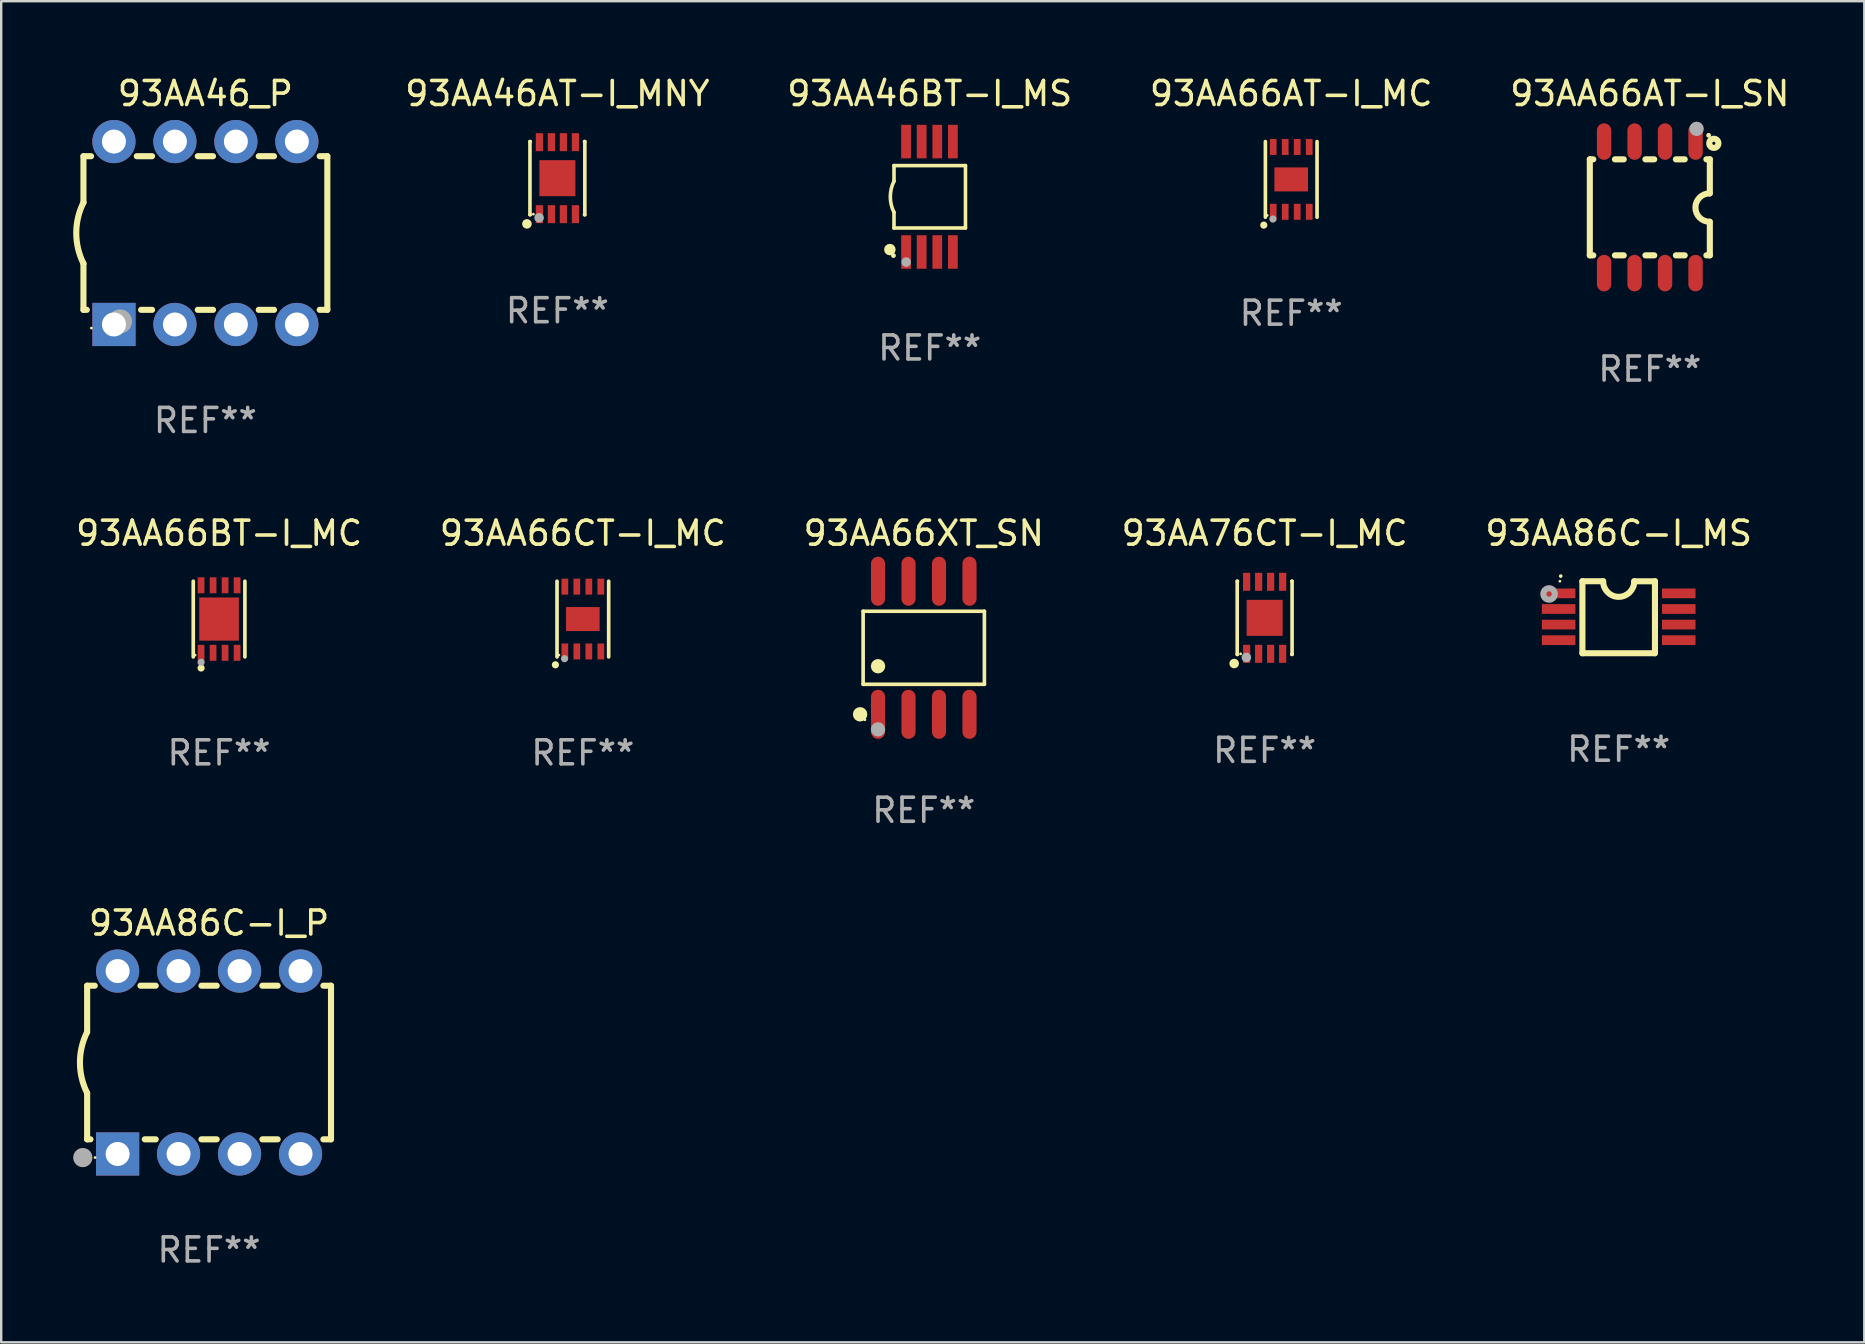
<source format=kicad_pcb>
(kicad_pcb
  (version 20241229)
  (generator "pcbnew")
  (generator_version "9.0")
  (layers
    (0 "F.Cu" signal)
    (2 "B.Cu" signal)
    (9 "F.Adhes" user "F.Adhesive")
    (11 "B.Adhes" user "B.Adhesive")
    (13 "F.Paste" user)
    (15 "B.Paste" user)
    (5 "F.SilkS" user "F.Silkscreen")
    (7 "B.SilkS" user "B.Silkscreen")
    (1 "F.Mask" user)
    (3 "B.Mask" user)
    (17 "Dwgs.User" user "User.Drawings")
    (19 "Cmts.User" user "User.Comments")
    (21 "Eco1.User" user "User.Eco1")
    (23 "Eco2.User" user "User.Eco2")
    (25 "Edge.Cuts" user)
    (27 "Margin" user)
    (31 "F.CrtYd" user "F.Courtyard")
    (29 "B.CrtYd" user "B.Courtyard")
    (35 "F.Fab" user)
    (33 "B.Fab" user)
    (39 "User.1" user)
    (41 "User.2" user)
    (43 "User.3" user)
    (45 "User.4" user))
  (footprint "93AA66AT-I_MC"
    (layer "F.Cu")
    (at 50.744 4.424)
    (property "Reference" "93AA66AT-I_MC" (at 0 -3.576 0) (layer "F.SilkS") (effects (font (size 1 1) (thickness 0.15))))
    (attr through_hole)
    (fp_line (start -1.076 1.576) (end -1.076 -1.576) (stroke (width 0.152) (type solid)) (layer "F.SilkS"))
    (fp_line (start 1.076 1.576) (end 1.076 -1.576) (stroke (width 0.152) (type solid)) (layer "F.SilkS"))
    (fp_circle (center -1.143 1.905) (end -1.068 1.905) (stroke (width 0.15) (type solid)) (fill no) (layer "F.SilkS"))
    (fp_circle (center -1 1.5) (end -0.97 1.5) (stroke (width 0.06) (type solid)) (fill no) (layer "F.SilkS"))
    (fp_circle (center -0.762 1.651) (end -0.687 1.651) (stroke (width 0.15) (type solid)) (fill no) (layer "F.Fab"))
    (fp_text user "REF**" (at 0 5.576 0) (layer "F.Fab") (effects (font (size 1 1) (thickness 0.15))))
    (pad "1" smd rect (at -0.75 1.35) (size 0.28 0.665) (layers "F.Cu" "F.Mask" "F.Paste"))
    (pad "2" smd rect (at -0.25 1.35) (size 0.28 0.665) (layers "F.Cu" "F.Mask" "F.Paste"))
    (pad "3" smd rect (at 0.25 1.35) (size 0.28 0.665) (layers "F.Cu" "F.Mask" "F.Paste"))
    (pad "4" smd rect (at 0.75 1.35) (size 0.28 0.665) (layers "F.Cu" "F.Mask" "F.Paste"))
    (pad "5" smd rect (at 0.75 -1.35) (size 0.28 0.665) (layers "F.Cu" "F.Mask" "F.Paste"))
    (pad "6" smd rect (at 0.25 -1.35) (size 0.28 0.665) (layers "F.Cu" "F.Mask" "F.Paste"))
    (pad "7" smd rect (at -0.25 -1.35) (size 0.28 0.665) (layers "F.Cu" "F.Mask" "F.Paste"))
    (pad "8" smd rect (at -0.75 -1.35) (size 0.28 0.665) (layers "F.Cu" "F.Mask" "F.Paste"))
    (pad "9" smd rect (at 0 0) (size 1.4 1) (layers "F.Cu" "F.Mask" "F.Paste")))
  (footprint "93AA66BT-I_MC"
    (layer "F.Cu")
    (at 6.077 22.741)
    (property "Reference" "93AA66BT-I_MC" (at 0 -3.576 0) (layer "F.SilkS") (effects (font (size 1 1) (thickness 0.15))))
    (attr through_hole)
    (fp_line (start -1.076 1.576) (end -1.076 -1.576) (stroke (width 0.152) (type solid)) (layer "F.SilkS"))
    (fp_line (start 1.076 1.576) (end 1.076 -1.576) (stroke (width 0.152) (type solid)) (layer "F.SilkS"))
    (fp_circle (center -1 1.5) (end -0.97 1.5) (stroke (width 0.06) (type solid)) (fill no) (layer "F.SilkS"))
    (fp_circle (center -0.75 2.04) (end -0.675 2.04) (stroke (width 0.15) (type solid)) (fill no) (layer "F.SilkS"))
    (fp_circle (center -0.75 1.8) (end -0.675 1.8) (stroke (width 0.15) (type solid)) (fill no) (layer "F.Fab"))
    (fp_text user "REF**" (at 0 5.576 0) (layer "F.Fab") (effects (font (size 1 1) (thickness 0.15))))
    (pad "1" smd rect (at -0.75 1.407) (size 0.28 0.665) (layers "F.Cu" "F.Mask" "F.Paste"))
    (pad "2" smd rect (at -0.25 1.407) (size 0.28 0.665) (layers "F.Cu" "F.Mask" "F.Paste"))
    (pad "3" smd rect (at 0.25 1.407) (size 0.28 0.665) (layers "F.Cu" "F.Mask" "F.Paste"))
    (pad "4" smd rect (at 0.75 1.407) (size 0.28 0.665) (layers "F.Cu" "F.Mask" "F.Paste"))
    (pad "5" smd rect (at 0.75 -1.407) (size 0.28 0.665) (layers "F.Cu" "F.Mask" "F.Paste"))
    (pad "6" smd rect (at 0.25 -1.407) (size 0.28 0.665) (layers "F.Cu" "F.Mask" "F.Paste"))
    (pad "7" smd rect (at -0.25 -1.407) (size 0.28 0.665) (layers "F.Cu" "F.Mask" "F.Paste"))
    (pad "8" smd rect (at -0.75 -1.407) (size 0.28 0.665) (layers "F.Cu" "F.Mask" "F.Paste"))
    (pad "9" smd rect (at 0 0) (size 1.65 1.8) (layers "F.Cu" "F.Mask" "F.Paste")))
  (footprint "93AA66CT-I_MC"
    (layer "F.Cu")
    (at 21.232 22.741)
    (property "Reference" "93AA66CT-I_MC" (at 0 -3.576 0) (layer "F.SilkS") (effects (font (size 1 1) (thickness 0.15))))
    (attr through_hole)
    (fp_line (start -1.076 1.576) (end -1.076 -1.576) (stroke (width 0.152) (type solid)) (layer "F.SilkS"))
    (fp_line (start 1.076 1.576) (end 1.076 -1.576) (stroke (width 0.152) (type solid)) (layer "F.SilkS"))
    (fp_circle (center -1.143 1.905) (end -1.068 1.905) (stroke (width 0.15) (type solid)) (fill no) (layer "F.SilkS"))
    (fp_circle (center -1 1.5) (end -0.97 1.5) (stroke (width 0.06) (type solid)) (fill no) (layer "F.SilkS"))
    (fp_circle (center -0.762 1.651) (end -0.687 1.651) (stroke (width 0.15) (type solid)) (fill no) (layer "F.Fab"))
    (fp_text user "REF**" (at 0 5.576 0) (layer "F.Fab") (effects (font (size 1 1) (thickness 0.15))))
    (pad "1" smd rect (at -0.75 1.35) (size 0.28 0.665) (layers "F.Cu" "F.Mask" "F.Paste"))
    (pad "2" smd rect (at -0.25 1.35) (size 0.28 0.665) (layers "F.Cu" "F.Mask" "F.Paste"))
    (pad "3" smd rect (at 0.25 1.35) (size 0.28 0.665) (layers "F.Cu" "F.Mask" "F.Paste"))
    (pad "4" smd rect (at 0.75 1.35) (size 0.28 0.665) (layers "F.Cu" "F.Mask" "F.Paste"))
    (pad "5" smd rect (at 0.75 -1.35) (size 0.28 0.665) (layers "F.Cu" "F.Mask" "F.Paste"))
    (pad "6" smd rect (at 0.25 -1.35) (size 0.28 0.665) (layers "F.Cu" "F.Mask" "F.Paste"))
    (pad "7" smd rect (at -0.25 -1.35) (size 0.28 0.665) (layers "F.Cu" "F.Mask" "F.Paste"))
    (pad "8" smd rect (at -0.75 -1.35) (size 0.28 0.665) (layers "F.Cu" "F.Mask" "F.Paste"))
    (pad "9" smd rect (at 0 0) (size 1.4 1) (layers "F.Cu" "F.Mask" "F.Paste")))
  (footprint "93AA86C-I_P"
    (layer "F.Cu")
    (at 5.66 41.216)
    (property "Reference" "93AA86C-I_P" (at 0 -5.81 0) (layer "F.SilkS") (effects (font (size 1 1) (thickness 0.15))))
    (attr through_hole)
    (fp_line (start -5.08 -3.2) (end -4.762 -3.2) (stroke (width 0.254) (type solid)) (layer "F.SilkS"))
    (fp_line (start -5.08 -1.27) (end -5.08 -3.2) (stroke (width 0.254) (type solid)) (layer "F.SilkS"))
    (fp_line (start -5.08 3.2) (end -5.08 1.27) (stroke (width 0.254) (type solid)) (layer "F.SilkS"))
    (fp_line (start -5.08 3.2) (end -4.941 3.2) (stroke (width 0.254) (type solid)) (layer "F.SilkS"))
    (fp_line (start -2.858 -3.2) (end -2.222 -3.2) (stroke (width 0.254) (type solid)) (layer "F.SilkS"))
    (fp_line (start -2.679 3.2) (end -2.222 3.2) (stroke (width 0.254) (type solid)) (layer "F.SilkS"))
    (fp_line (start -0.318 -3.2) (end 0.318 -3.2) (stroke (width 0.254) (type solid)) (layer "F.SilkS"))
    (fp_line (start -0.318 3.2) (end 0.318 3.2) (stroke (width 0.254) (type solid)) (layer "F.SilkS"))
    (fp_line (start 2.222 -3.2) (end 2.858 -3.2) (stroke (width 0.254) (type solid)) (layer "F.SilkS"))
    (fp_line (start 2.222 3.2) (end 2.858 3.2) (stroke (width 0.254) (type solid)) (layer "F.SilkS"))
    (fp_line (start 4.762 -3.2) (end 5.08 -3.2) (stroke (width 0.254) (type solid)) (layer "F.SilkS"))
    (fp_line (start 4.762 3.2) (end 5.08 3.2) (stroke (width 0.254) (type solid)) (layer "F.SilkS"))
    (fp_line (start 5.08 3.2) (end 5.08 -3.2) (stroke (width 0.254) (type solid)) (layer "F.SilkS"))
    (fp_arc (start -5.080011 1.270002) (mid -5.379818 -0.000001) (end -5.08001 -1.270003) (stroke (width 0.254001) (type solid)) (layer "F.SilkS"))
    (fp_circle (center -4.75 3.96) (end -4.72 3.96) (stroke (width 0.06) (type solid)) (fill no) (layer "F.SilkS"))
    (fp_circle (center -5.26 3.96) (end -5.06 3.96) (stroke (width 0.4) (type solid)) (fill no) (layer "F.Fab"))
    (fp_text user "REF**" (at 0 7.81 0) (layer "F.Fab") (effects (font (size 1 1) (thickness 0.15))))
    (pad "1" thru_hole rect (at -3.81 3.81) (size 1.8 1.8) (drill 1) (layers "*.Cu" "*.Mask"))
    (pad "2" thru_hole circle (at -1.27 3.81) (size 1.8 1.8) (drill 1) (layers "*.Cu" "*.Mask"))
    (pad "3" thru_hole circle (at 1.27 3.81) (size 1.8 1.8) (drill 1) (layers "*.Cu" "*.Mask"))
    (pad "4" thru_hole circle (at 3.81 3.81) (size 1.8 1.8) (drill 1) (layers "*.Cu" "*.Mask"))
    (pad "5" thru_hole circle (at 3.81 -3.81) (size 1.8 1.8) (drill 1) (layers "*.Cu" "*.Mask"))
    (pad "6" thru_hole circle (at 1.27 -3.81) (size 1.8 1.8) (drill 1) (layers "*.Cu" "*.Mask"))
    (pad "7" thru_hole circle (at -1.27 -3.81) (size 1.8 1.8) (drill 1) (layers "*.Cu" "*.Mask"))
    (pad "8" thru_hole circle (at -3.81 -3.81) (size 1.8 1.8) (drill 1) (layers "*.Cu" "*.Mask")))
  (footprint "93AA76CT-I_MC"
    (layer "F.Cu")
    (at 49.637 22.689)
    (property "Reference" "93AA76CT-I_MC" (at 0 -3.524 0) (layer "F.SilkS") (effects (font (size 1 1) (thickness 0.15))))
    (attr through_hole)
    (fp_line (start -1.143 -1.524) (end -1.143 1.524) (stroke (width 0.15) (type solid)) (layer "F.SilkS"))
    (fp_line (start -1.143 1.524) (end -1.129 1.524) (stroke (width 0.15) (type solid)) (layer "F.SilkS"))
    (fp_line (start -1.129 -1.524) (end -1.143 -1.524) (stroke (width 0.15) (type solid)) (layer "F.SilkS"))
    (fp_line (start 1.129 1.524) (end 1.143 1.524) (stroke (width 0.15) (type solid)) (layer "F.SilkS"))
    (fp_line (start 1.143 -1.524) (end 1.129 -1.524) (stroke (width 0.15) (type solid)) (layer "F.SilkS"))
    (fp_line (start 1.143 1.524) (end 1.143 -1.524) (stroke (width 0.15) (type solid)) (layer "F.SilkS"))
    (fp_circle (center -1.27 1.905) (end -1.17 1.905) (stroke (width 0.2) (type solid)) (fill no) (layer "F.SilkS"))
    (fp_circle (center -1 1.5) (end -0.97 1.5) (stroke (width 0.06) (type solid)) (fill no) (layer "F.SilkS"))
    (fp_circle (center -0.762 1.651) (end -0.662 1.651) (stroke (width 0.2) (type solid)) (fill no) (layer "F.Fab"))
    (fp_text user "REF**" (at 0 5.524 0) (layer "F.Fab") (effects (font (size 1 1) (thickness 0.15))))
    (pad "1" smd rect (at -0.75 1.5 90) (size 0.75 0.3) (layers "F.Cu" "F.Mask" "F.Paste"))
    (pad "2" smd rect (at -0.25 1.5 90) (size 0.75 0.3) (layers "F.Cu" "F.Mask" "F.Paste"))
    (pad "3" smd rect (at 0.25 1.5 90) (size 0.75 0.3) (layers "F.Cu" "F.Mask" "F.Paste"))
    (pad "4" smd rect (at 0.75 1.5 90) (size 0.75 0.3) (layers "F.Cu" "F.Mask" "F.Paste"))
    (pad "5" smd rect (at 0.75 -1.5 90) (size 0.75 0.3) (layers "F.Cu" "F.Mask" "F.Paste"))
    (pad "6" smd rect (at 0.25 -1.5 90) (size 0.75 0.3) (layers "F.Cu" "F.Mask" "F.Paste"))
    (pad "7" smd rect (at -0.25 -1.5 90) (size 0.75 0.3) (layers "F.Cu" "F.Mask" "F.Paste"))
    (pad "8" smd rect (at -0.75 -1.5 90) (size 0.75 0.3) (layers "F.Cu" "F.Mask" "F.Paste"))
    (pad "9" smd rect (at -0.000254 0.001 90) (size 1.5 1.5) (layers "F.Cu" "F.Mask" "F.Paste")))
  (footprint "93AA46BT-I_MS"
    (layer "F.Cu")
    (at 35.684 5.148)
    (property "Reference" "93AA46BT-I_MS" (at 0 -4.3 0) (layer "F.SilkS") (effects (font (size 1 1) (thickness 0.15))))
    (attr through_hole)
    (fp_line (start -1.489 -1.3) (end -1.489 -0.648) (stroke (width 0.15) (type solid)) (layer "F.SilkS"))
    (fp_line (start -1.489 0.648) (end -1.489 1.3) (stroke (width 0.15) (type solid)) (layer "F.SilkS"))
    (fp_line (start -1.489 1.3) (end 1.489 1.3) (stroke (width 0.15) (type solid)) (layer "F.SilkS"))
    (fp_line (start 1.489 -1.3) (end -1.489 -1.3) (stroke (width 0.15) (type solid)) (layer "F.SilkS"))
    (fp_line (start 1.489 1.3) (end 1.489 -1.3) (stroke (width 0.15) (type solid)) (layer "F.SilkS"))
    (fp_arc (start -1.489205 0.647702) (mid -1.642107 0) (end -1.489205 -0.647701) (stroke (width 0.150013) (type solid)) (layer "F.SilkS"))
    (fp_circle (center -1.661 2.2) (end -1.541 2.2) (stroke (width 0.24) (type solid)) (fill no) (layer "F.SilkS"))
    (fp_circle (center -1.511 2.45) (end -1.461 2.45) (stroke (width 0.1) (type solid)) (fill no) (layer "F.SilkS"))
    (fp_circle (center -0.981 2.72) (end -0.881 2.72) (stroke (width 0.2) (type solid)) (fill no) (layer "F.Fab"))
    (fp_text user "REF**" (at 0 6.3 0) (layer "F.Fab") (effects (font (size 1 1) (thickness 0.15))))
    (pad "1" smd rect (at -0.986 2.3) (size 0.406 1.397) (layers "F.Cu" "F.Mask" "F.Paste"))
    (pad "2" smd rect (at -0.336 2.3) (size 0.406 1.397) (layers "F.Cu" "F.Mask" "F.Paste"))
    (pad "3" smd rect (at 0.314 2.3) (size 0.406 1.397) (layers "F.Cu" "F.Mask" "F.Paste"))
    (pad "4" smd rect (at 0.964 2.3) (size 0.406 1.397) (layers "F.Cu" "F.Mask" "F.Paste"))
    (pad "5" smd rect (at 0.964 -2.3) (size 0.406 1.397) (layers "F.Cu" "F.Mask" "F.Paste"))
    (pad "6" smd rect (at 0.314 -2.3) (size 0.406 1.397) (layers "F.Cu" "F.Mask" "F.Paste"))
    (pad "7" smd rect (at -0.336 -2.3) (size 0.406 1.397) (layers "F.Cu" "F.Mask" "F.Paste"))
    (pad "8" smd rect (at -0.986 -2.3) (size 0.406 1.397) (layers "F.Cu" "F.Mask" "F.Paste")))
  (footprint "93AA46_P"
    (layer "F.Cu")
    (at 5.507 6.658)
    (property "Reference" "93AA46_P" (at 0 -5.81 0) (layer "F.SilkS") (effects (font (size 1 1) (thickness 0.15))))
    (attr through_hole)
    (fp_line (start -5.08 -3.2) (end -4.762 -3.2) (stroke (width 0.254) (type solid)) (layer "F.SilkS"))
    (fp_line (start -5.08 -1.27) (end -5.08 -3.2) (stroke (width 0.254) (type solid)) (layer "F.SilkS"))
    (fp_line (start -5.08 3.2) (end -5.08 1.27) (stroke (width 0.254) (type solid)) (layer "F.SilkS"))
    (fp_line (start -5.08 3.2) (end -4.941 3.2) (stroke (width 0.254) (type solid)) (layer "F.SilkS"))
    (fp_line (start -2.858 -3.2) (end -2.222 -3.2) (stroke (width 0.254) (type solid)) (layer "F.SilkS"))
    (fp_line (start -2.679 3.2) (end -2.222 3.2) (stroke (width 0.254) (type solid)) (layer "F.SilkS"))
    (fp_line (start -0.318 -3.2) (end 0.318 -3.2) (stroke (width 0.254) (type solid)) (layer "F.SilkS"))
    (fp_line (start -0.318 3.2) (end 0.318 3.2) (stroke (width 0.254) (type solid)) (layer "F.SilkS"))
    (fp_line (start 2.222 -3.2) (end 2.858 -3.2) (stroke (width 0.254) (type solid)) (layer "F.SilkS"))
    (fp_line (start 2.222 3.2) (end 2.858 3.2) (stroke (width 0.254) (type solid)) (layer "F.SilkS"))
    (fp_line (start 4.762 -3.2) (end 5.08 -3.2) (stroke (width 0.254) (type solid)) (layer "F.SilkS"))
    (fp_line (start 4.762 3.2) (end 5.08 3.2) (stroke (width 0.254) (type solid)) (layer "F.SilkS"))
    (fp_line (start 5.08 3.2) (end 5.08 -3.2) (stroke (width 0.254) (type solid)) (layer "F.SilkS"))
    (fp_arc (start -5.080011 1.270002) (mid -5.379818 -0.000001) (end -5.08001 -1.270003) (stroke (width 0.254001) (type solid)) (layer "F.SilkS"))
    (fp_circle (center -4.75 3.96) (end -4.72 3.96) (stroke (width 0.06) (type solid)) (fill no) (layer "F.SilkS"))
    (fp_circle (center -3.556 3.683) (end -3.306 3.683) (stroke (width 0.5) (type solid)) (fill no) (layer "F.Fab"))
    (fp_text user "REF**" (at 0 7.81 0) (layer "F.Fab") (effects (font (size 1 1) (thickness 0.15))))
    (pad "1" thru_hole rect (at -3.81 3.81) (size 1.8 1.8) (drill 1) (layers "*.Cu" "*.Mask"))
    (pad "2" thru_hole circle (at -1.27 3.81) (size 1.8 1.8) (drill 1) (layers "*.Cu" "*.Mask"))
    (pad "3" thru_hole circle (at 1.27 3.81) (size 1.8 1.8) (drill 1) (layers "*.Cu" "*.Mask"))
    (pad "4" thru_hole circle (at 3.81 3.81) (size 1.8 1.8) (drill 1) (layers "*.Cu" "*.Mask"))
    (pad "5" thru_hole circle (at 3.81 -3.81) (size 1.8 1.8) (drill 1) (layers "*.Cu" "*.Mask"))
    (pad "6" thru_hole circle (at 1.27 -3.81) (size 1.8 1.8) (drill 1) (layers "*.Cu" "*.Mask"))
    (pad "7" thru_hole circle (at -1.27 -3.81) (size 1.8 1.8) (drill 1) (layers "*.Cu" "*.Mask"))
    (pad "8" thru_hole circle (at -3.81 -3.81) (size 1.8 1.8) (drill 1) (layers "*.Cu" "*.Mask")))
  (footprint "93AA86C-I_MS"
    (layer "F.Cu")
    (at 64.387 22.666)
    (property "Reference" "93AA86C-I_MS" (at 0 -3.501 0) (layer "F.SilkS") (effects (font (size 1 1) (thickness 0.15))))
    (attr through_hole)
    (fp_line (start -1.511 -1.501) (end -1.511 1.499) (stroke (width 0.254) (type solid)) (layer "F.SilkS"))
    (fp_line (start -1.511 -1.501) (end -0.648 -1.501) (stroke (width 0.254) (type solid)) (layer "F.SilkS"))
    (fp_line (start -1.511 1.499) (end 1.489 1.499) (stroke (width 0.254) (type solid)) (layer "F.SilkS"))
    (fp_line (start 0.648 -1.499) (end 1.511 -1.499) (stroke (width 0.254) (type solid)) (layer "F.SilkS"))
    (fp_line (start 1.511 -1.499) (end 1.511 1.501) (stroke (width 0.254) (type solid)) (layer "F.SilkS"))
    (fp_arc (start -2.41491 -1.713233) (mid -2.414916 -1.714503) (end -2.41491 -1.715773) (stroke (width 0.150013) (type solid)) (layer "F.SilkS"))
    (fp_arc (start 0.647803 -1.498603) (mid 0.000102 -0.850902) (end -0.647599 -1.498603) (stroke (width 0.254001) (type solid)) (layer "F.SilkS"))
    (fp_circle (center -2.45 -1.501) (end -2.42 -1.501) (stroke (width 0.06) (type solid)) (fill no) (layer "F.SilkS"))
    (fp_circle (center -2.9 -0.97) (end -2.788 -0.97) (stroke (width 0.254) (type solid)) (fill no) (layer "F.Fab"))
    (fp_text user "REF**" (at 0 5.501 0) (layer "F.Fab") (effects (font (size 1 1) (thickness 0.15))))
    (pad "1" smd rect (at -2.502 -0.995) (size 1.397 0.406) (layers "F.Cu" "F.Mask" "F.Paste"))
    (pad "2" smd rect (at -2.502 -0.345) (size 1.397 0.406) (layers "F.Cu" "F.Mask" "F.Paste"))
    (pad "3" smd rect (at -2.502 0.305) (size 1.397 0.406) (layers "F.Cu" "F.Mask" "F.Paste"))
    (pad "4" smd rect (at -2.502 0.955) (size 1.397 0.406) (layers "F.Cu" "F.Mask" "F.Paste"))
    (pad "5" smd rect (at 2.502 0.955) (size 1.397 0.406) (layers "F.Cu" "F.Mask" "F.Paste"))
    (pad "6" smd rect (at 2.502 0.305) (size 1.397 0.406) (layers "F.Cu" "F.Mask" "F.Paste"))
    (pad "7" smd rect (at 2.502 -0.345) (size 1.397 0.406) (layers "F.Cu" "F.Mask" "F.Paste"))
    (pad "8" smd rect (at 2.502 -0.995) (size 1.397 0.406) (layers "F.Cu" "F.Mask" "F.Paste")))
  (footprint "93AA66AT-I_SN"
    (layer "F.Cu")
    (at 65.684 5.588)
    (property "Reference" "93AA66AT-I_SN" (at 0 -4.74 0) (layer "F.SilkS") (effects (font (size 1 1) (thickness 0.15))))
    (attr through_hole)
    (fp_line (start -2.5 2) (end -2.5 -2) (stroke (width 0.254) (type solid)) (layer "F.SilkS"))
    (fp_line (start -2.356 -2) (end -2.5 -2) (stroke (width 0.254) (type solid)) (layer "F.SilkS"))
    (fp_line (start -2.356 2) (end -2.5 2) (stroke (width 0.254) (type solid)) (layer "F.SilkS"))
    (fp_line (start -1.086 -2) (end -1.454 -2) (stroke (width 0.254) (type solid)) (layer "F.SilkS"))
    (fp_line (start -1.086 2) (end -1.454 2) (stroke (width 0.254) (type solid)) (layer "F.SilkS"))
    (fp_line (start 0.184 -2) (end -0.184 -2) (stroke (width 0.254) (type solid)) (layer "F.SilkS"))
    (fp_line (start 0.184 2) (end -0.184 2) (stroke (width 0.254) (type solid)) (layer "F.SilkS"))
    (fp_line (start 1.454 -2) (end 1.086 -2) (stroke (width 0.254) (type solid)) (layer "F.SilkS"))
    (fp_line (start 1.454 2) (end 1.086 2) (stroke (width 0.254) (type solid)) (layer "F.SilkS"))
    (fp_line (start 2.5 -2) (end 2.356 -2) (stroke (width 0.254) (type solid)) (layer "F.SilkS"))
    (fp_line (start 2.5 -0.58) (end 2.5 -2) (stroke (width 0.254) (type solid)) (layer "F.SilkS"))
    (fp_line (start 2.5 2) (end 2.356 2) (stroke (width 0.254) (type solid)) (layer "F.SilkS"))
    (fp_line (start 2.5 2) (end 2.5 0.6) (stroke (width 0.254) (type solid)) (layer "F.SilkS"))
    (fp_arc (start 2.489992 0.600051) (mid 1.901674 0.010046) (end 2.489992 -0.579959) (stroke (width 0.254001) (type solid)) (layer "F.SilkS"))
    (fp_circle (center 2.45 -3) (end 2.5 -3) (stroke (width 0.1) (type solid)) (fill no) (layer "F.SilkS"))
    (fp_circle (center 2.667 -2.667) (end 2.858 -2.667) (stroke (width 0.254) (type solid)) (fill no) (layer "F.SilkS"))
    (fp_circle (center 1.95 -3.27) (end 2.1 -3.27) (stroke (width 0.3) (type solid)) (fill no) (layer "F.Fab"))
    (fp_text user "REF**" (at 0 6.74 0) (layer "F.Fab") (effects (font (size 1 1) (thickness 0.15))))
    (pad "1" smd oval (at 1.905 -2.74) (size 0.6 1.52) (layers "F.Cu" "F.Mask" "F.Paste"))
    (pad "2" smd oval (at 0.635 -2.74) (size 0.6 1.52) (layers "F.Cu" "F.Mask" "F.Paste"))
    (pad "3" smd oval (at -0.635 -2.74) (size 0.6 1.52) (layers "F.Cu" "F.Mask" "F.Paste"))
    (pad "4" smd oval (at -1.905 -2.74) (size 0.6 1.52) (layers "F.Cu" "F.Mask" "F.Paste"))
    (pad "5" smd oval (at -1.905 2.74) (size 0.6 1.52) (layers "F.Cu" "F.Mask" "F.Paste"))
    (pad "6" smd oval (at -0.635 2.74) (size 0.6 1.52) (layers "F.Cu" "F.Mask" "F.Paste"))
    (pad "7" smd oval (at 0.635 2.74) (size 0.6 1.52) (layers "F.Cu" "F.Mask" "F.Paste"))
    (pad "8" smd oval (at 1.905 2.74) (size 0.6 1.52) (layers "F.Cu" "F.Mask" "F.Paste")))
  (footprint "93AA66XT_SN"
    (layer "F.Cu")
    (at 35.435 23.937)
    (property "Reference" "93AA66XT_SN" (at 0 -4.772 0) (layer "F.SilkS") (effects (font (size 1 1) (thickness 0.15))))
    (attr through_hole)
    (fp_line (start -2.526 -1.521) (end 2.526 -1.521) (stroke (width 0.152) (type solid)) (layer "F.SilkS"))
    (fp_line (start -2.526 1.521) (end -2.526 -1.521) (stroke (width 0.152) (type solid)) (layer "F.SilkS"))
    (fp_line (start 2.526 -1.521) (end 2.526 1.521) (stroke (width 0.152) (type solid)) (layer "F.SilkS"))
    (fp_line (start 2.526 1.521) (end -2.526 1.521) (stroke (width 0.152) (type solid)) (layer "F.SilkS"))
    (fp_circle (center -2.652 2.772) (end -2.501 2.772) (stroke (width 0.3) (type solid)) (fill no) (layer "F.SilkS"))
    (fp_circle (center -2.45 3) (end -2.42 3) (stroke (width 0.06) (type solid)) (fill no) (layer "F.SilkS"))
    (fp_circle (center -1.905 0.769) (end -1.755 0.769) (stroke (width 0.3) (type solid)) (fill no) (layer "F.SilkS"))
    (fp_circle (center -1.905 3.4) (end -1.755 3.4) (stroke (width 0.3) (type solid)) (fill no) (layer "F.Fab"))
    (fp_text user "REF**" (at 0 6.772 0) (layer "F.Fab") (effects (font (size 1 1) (thickness 0.15))))
    (pad "1" smd oval (at -1.905 2.772) (size 0.588 2.045) (layers "F.Cu" "F.Mask" "F.Paste"))
    (pad "2" smd oval (at -0.635 2.772) (size 0.588 2.045) (layers "F.Cu" "F.Mask" "F.Paste"))
    (pad "3" smd oval (at 0.635 2.772) (size 0.588 2.045) (layers "F.Cu" "F.Mask" "F.Paste"))
    (pad "4" smd oval (at 1.905 2.772) (size 0.588 2.045) (layers "F.Cu" "F.Mask" "F.Paste"))
    (pad "5" smd oval (at 1.905 -2.772) (size 0.588 2.045) (layers "F.Cu" "F.Mask" "F.Paste"))
    (pad "6" smd oval (at 0.635 -2.772) (size 0.588 2.045) (layers "F.Cu" "F.Mask" "F.Paste"))
    (pad "7" smd oval (at -0.635 -2.772) (size 0.588 2.045) (layers "F.Cu" "F.Mask" "F.Paste"))
    (pad "8" smd oval (at -1.905 -2.772) (size 0.588 2.045) (layers "F.Cu" "F.Mask" "F.Paste")))
  (footprint "93AA46AT-I_MNY"
    (layer "F.Cu")
    (at 20.172 4.372)
    (property "Reference" "93AA46AT-I_MNY" (at 0 -3.524 0) (layer "F.SilkS") (effects (font (size 1 1) (thickness 0.15))))
    (attr through_hole)
    (fp_line (start -1.143 -1.524) (end -1.143 1.524) (stroke (width 0.15) (type solid)) (layer "F.SilkS"))
    (fp_line (start -1.143 1.524) (end -1.129 1.524) (stroke (width 0.15) (type solid)) (layer "F.SilkS"))
    (fp_line (start -1.129 -1.524) (end -1.143 -1.524) (stroke (width 0.15) (type solid)) (layer "F.SilkS"))
    (fp_line (start 1.129 1.524) (end 1.143 1.524) (stroke (width 0.15) (type solid)) (layer "F.SilkS"))
    (fp_line (start 1.143 -1.524) (end 1.129 -1.524) (stroke (width 0.15) (type solid)) (layer "F.SilkS"))
    (fp_line (start 1.143 1.524) (end 1.143 -1.524) (stroke (width 0.15) (type solid)) (layer "F.SilkS"))
    (fp_circle (center -1.27 1.905) (end -1.17 1.905) (stroke (width 0.2) (type solid)) (fill no) (layer "F.SilkS"))
    (fp_circle (center -1 1.5) (end -0.97 1.5) (stroke (width 0.06) (type solid)) (fill no) (layer "F.SilkS"))
    (fp_circle (center -0.762 1.651) (end -0.662 1.651) (stroke (width 0.2) (type solid)) (fill no) (layer "F.Fab"))
    (fp_text user "REF**" (at 0 5.524 0) (layer "F.Fab") (effects (font (size 1 1) (thickness 0.15))))
    (pad "1" smd rect (at -0.75 1.5 90) (size 0.75 0.3) (layers "F.Cu" "F.Mask" "F.Paste"))
    (pad "2" smd rect (at -0.25 1.5 90) (size 0.75 0.3) (layers "F.Cu" "F.Mask" "F.Paste"))
    (pad "3" smd rect (at 0.25 1.5 90) (size 0.75 0.3) (layers "F.Cu" "F.Mask" "F.Paste"))
    (pad "4" smd rect (at 0.75 1.5 90) (size 0.75 0.3) (layers "F.Cu" "F.Mask" "F.Paste"))
    (pad "5" smd rect (at 0.75 -1.5 90) (size 0.75 0.3) (layers "F.Cu" "F.Mask" "F.Paste"))
    (pad "6" smd rect (at 0.25 -1.5 90) (size 0.75 0.3) (layers "F.Cu" "F.Mask" "F.Paste"))
    (pad "7" smd rect (at -0.25 -1.5 90) (size 0.75 0.3) (layers "F.Cu" "F.Mask" "F.Paste"))
    (pad "8" smd rect (at -0.75 -1.5 90) (size 0.75 0.3) (layers "F.Cu" "F.Mask" "F.Paste"))
    (pad "9" smd rect (at -0.000254 0.001 90) (size 1.5 1.5) (layers "F.Cu" "F.Mask" "F.Paste")))
  (gr_rect
    (start -3 -3)
    (end 74.619 52.874)
    (stroke (width 0.1) (type default))
    (fill no)
    (layer "Edge.Cuts")))
</source>
